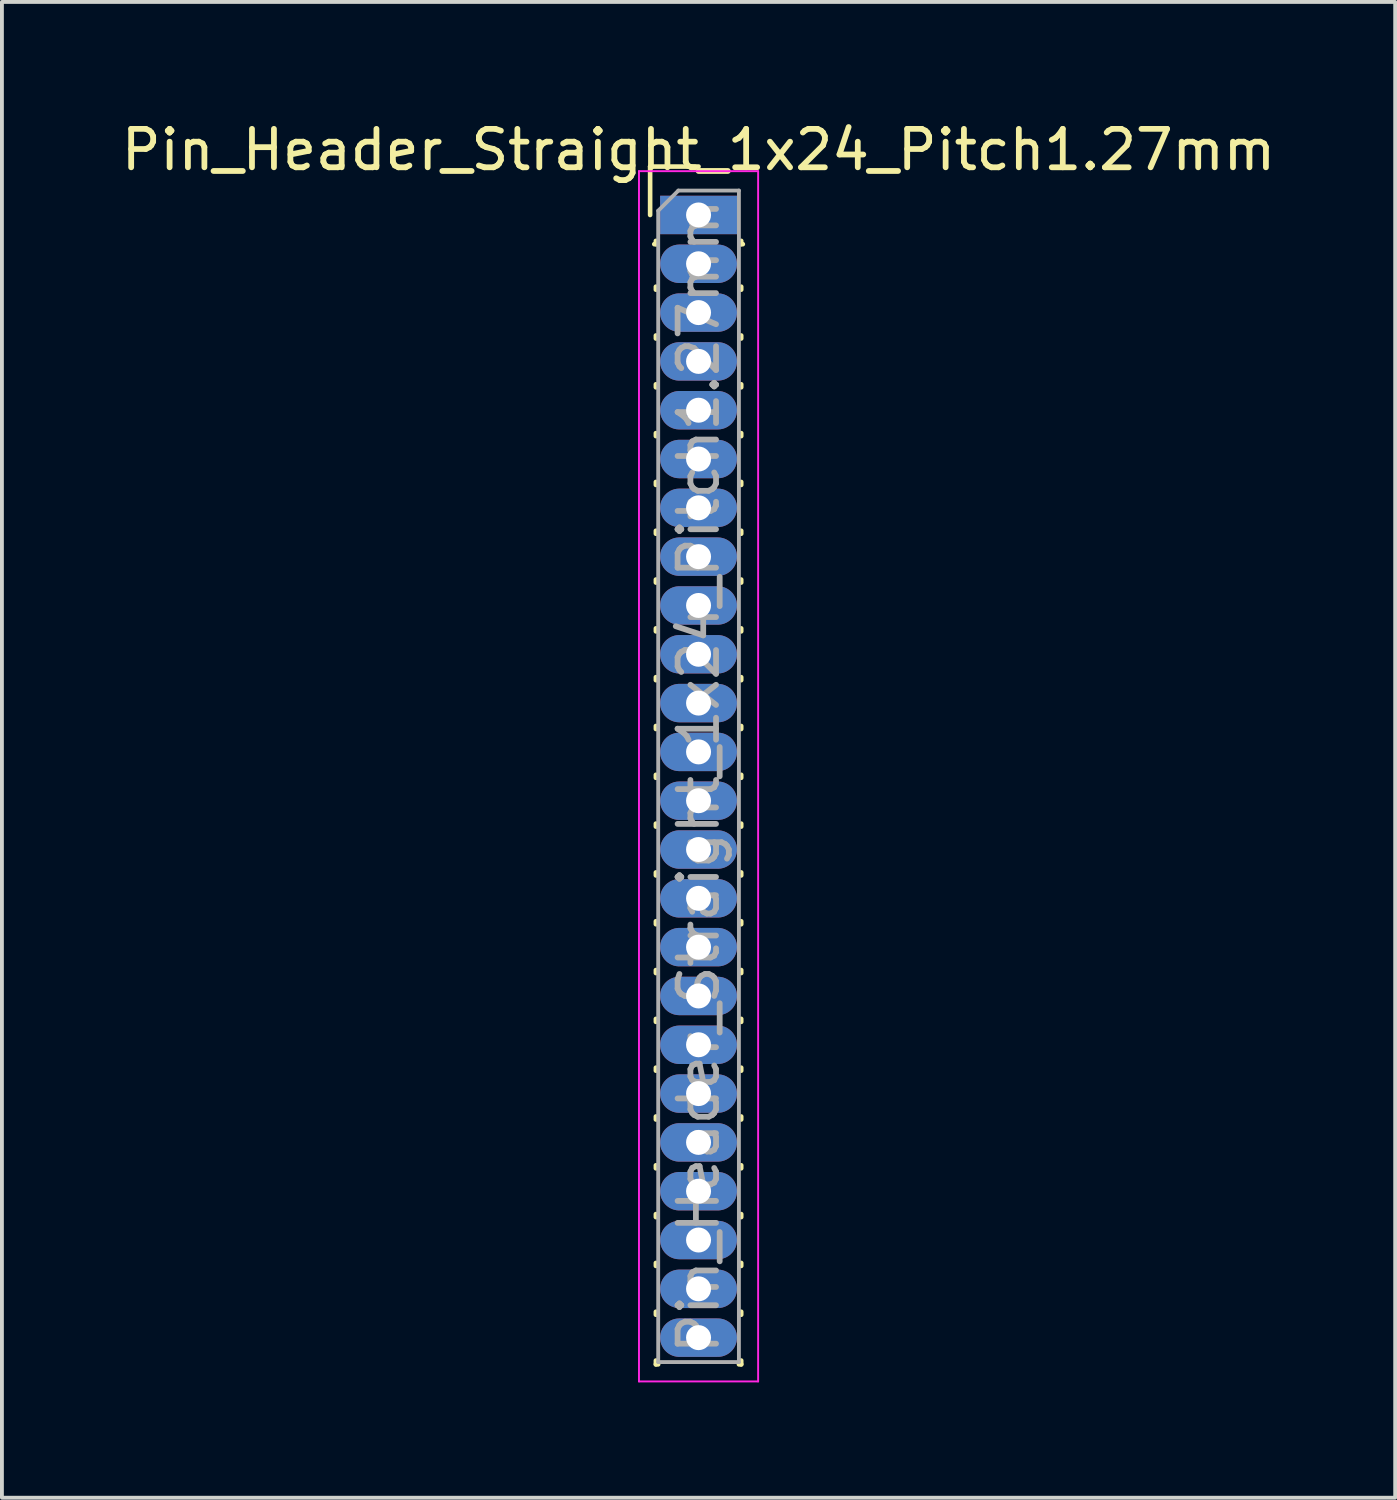
<source format=kicad_pcb>
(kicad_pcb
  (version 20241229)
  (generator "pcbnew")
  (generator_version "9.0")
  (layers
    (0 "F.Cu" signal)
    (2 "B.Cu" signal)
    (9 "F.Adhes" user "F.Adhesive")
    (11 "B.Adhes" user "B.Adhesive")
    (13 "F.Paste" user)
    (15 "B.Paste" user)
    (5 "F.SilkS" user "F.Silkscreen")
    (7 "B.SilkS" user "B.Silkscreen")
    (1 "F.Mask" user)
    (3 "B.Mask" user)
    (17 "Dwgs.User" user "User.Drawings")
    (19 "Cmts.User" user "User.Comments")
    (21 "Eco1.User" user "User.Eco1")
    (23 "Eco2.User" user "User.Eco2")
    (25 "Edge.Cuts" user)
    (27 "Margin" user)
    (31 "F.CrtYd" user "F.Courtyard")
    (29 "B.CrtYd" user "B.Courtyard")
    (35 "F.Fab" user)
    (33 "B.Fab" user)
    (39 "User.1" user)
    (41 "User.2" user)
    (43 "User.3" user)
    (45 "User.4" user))
  (footprint "Pin_Header_Straight_1x24_Pitch1.27mm"
    (layer "F.Cu")
    (at 15.125 2.543)
    (property "Reference" "Pin_Header_Straight_1x24_Pitch1.27mm" (at 0 -1.695 0) (layer "F.SilkS") (effects (font (size 1 1) (thickness 0.15))))
    (attr through_hole)
    (fp_line (start -1.26 -1.26) (end 0 -1.26) (stroke (width 0.12) (type solid)) (layer "F.SilkS"))
    (fp_line (start -1.26 0) (end -1.26 -1.26) (stroke (width 0.12) (type solid)) (layer "F.SilkS"))
    (fp_line (start -1.11 0.76) (end -1.152 0.76) (stroke (width 0.12) (type solid)) (layer "F.SilkS"))
    (fp_line (start -1.11 0.76) (end -1.11 0.674) (stroke (width 0.12) (type solid)) (layer "F.SilkS"))
    (fp_line (start -1.11 1.866) (end -1.11 1.944) (stroke (width 0.12) (type solid)) (layer "F.SilkS"))
    (fp_line (start -1.11 3.136) (end -1.11 3.214) (stroke (width 0.12) (type solid)) (layer "F.SilkS"))
    (fp_line (start -1.11 4.406) (end -1.11 4.484) (stroke (width 0.12) (type solid)) (layer "F.SilkS"))
    (fp_line (start -1.11 5.676) (end -1.11 5.754) (stroke (width 0.12) (type solid)) (layer "F.SilkS"))
    (fp_line (start -1.11 6.946) (end -1.11 7.024) (stroke (width 0.12) (type solid)) (layer "F.SilkS"))
    (fp_line (start -1.11 8.216) (end -1.11 8.294) (stroke (width 0.12) (type solid)) (layer "F.SilkS"))
    (fp_line (start -1.11 9.486) (end -1.11 9.564) (stroke (width 0.12) (type solid)) (layer "F.SilkS"))
    (fp_line (start -1.11 10.756) (end -1.11 10.834) (stroke (width 0.12) (type solid)) (layer "F.SilkS"))
    (fp_line (start -1.11 12.026) (end -1.11 12.104) (stroke (width 0.12) (type solid)) (layer "F.SilkS"))
    (fp_line (start -1.11 13.296) (end -1.11 13.374) (stroke (width 0.12) (type solid)) (layer "F.SilkS"))
    (fp_line (start -1.11 14.566) (end -1.11 14.644) (stroke (width 0.12) (type solid)) (layer "F.SilkS"))
    (fp_line (start -1.11 15.836) (end -1.11 15.914) (stroke (width 0.12) (type solid)) (layer "F.SilkS"))
    (fp_line (start -1.11 17.106) (end -1.11 17.184) (stroke (width 0.12) (type solid)) (layer "F.SilkS"))
    (fp_line (start -1.11 18.376) (end -1.11 18.454) (stroke (width 0.12) (type solid)) (layer "F.SilkS"))
    (fp_line (start -1.11 19.646) (end -1.11 19.724) (stroke (width 0.12) (type solid)) (layer "F.SilkS"))
    (fp_line (start -1.11 20.916) (end -1.11 20.994) (stroke (width 0.12) (type solid)) (layer "F.SilkS"))
    (fp_line (start -1.11 22.186) (end -1.11 22.264) (stroke (width 0.12) (type solid)) (layer "F.SilkS"))
    (fp_line (start -1.11 23.456) (end -1.11 23.534) (stroke (width 0.12) (type solid)) (layer "F.SilkS"))
    (fp_line (start -1.11 24.726) (end -1.11 24.804) (stroke (width 0.12) (type solid)) (layer "F.SilkS"))
    (fp_line (start -1.11 25.996) (end -1.11 26.074) (stroke (width 0.12) (type solid)) (layer "F.SilkS"))
    (fp_line (start -1.11 27.266) (end -1.11 27.344) (stroke (width 0.12) (type solid)) (layer "F.SilkS"))
    (fp_line (start -1.11 28.536) (end -1.11 28.614) (stroke (width 0.12) (type solid)) (layer "F.SilkS"))
    (fp_line (start -1.11 29.806) (end -1.11 29.905) (stroke (width 0.12) (type solid)) (layer "F.SilkS"))
    (fp_line (start -1.11 29.905) (end -1.051 29.905) (stroke (width 0.12) (type solid)) (layer "F.SilkS"))
    (fp_line (start 1.051 29.905) (end 1.11 29.905) (stroke (width 0.12) (type solid)) (layer "F.SilkS"))
    (fp_line (start 1.11 0.76) (end 1.11 0.674) (stroke (width 0.12) (type solid)) (layer "F.SilkS"))
    (fp_line (start 1.11 1.866) (end 1.11 1.944) (stroke (width 0.12) (type solid)) (layer "F.SilkS"))
    (fp_line (start 1.11 3.136) (end 1.11 3.214) (stroke (width 0.12) (type solid)) (layer "F.SilkS"))
    (fp_line (start 1.11 4.406) (end 1.11 4.484) (stroke (width 0.12) (type solid)) (layer "F.SilkS"))
    (fp_line (start 1.11 5.676) (end 1.11 5.754) (stroke (width 0.12) (type solid)) (layer "F.SilkS"))
    (fp_line (start 1.11 6.946) (end 1.11 7.024) (stroke (width 0.12) (type solid)) (layer "F.SilkS"))
    (fp_line (start 1.11 8.216) (end 1.11 8.294) (stroke (width 0.12) (type solid)) (layer "F.SilkS"))
    (fp_line (start 1.11 9.486) (end 1.11 9.564) (stroke (width 0.12) (type solid)) (layer "F.SilkS"))
    (fp_line (start 1.11 10.756) (end 1.11 10.834) (stroke (width 0.12) (type solid)) (layer "F.SilkS"))
    (fp_line (start 1.11 12.026) (end 1.11 12.104) (stroke (width 0.12) (type solid)) (layer "F.SilkS"))
    (fp_line (start 1.11 13.296) (end 1.11 13.374) (stroke (width 0.12) (type solid)) (layer "F.SilkS"))
    (fp_line (start 1.11 14.566) (end 1.11 14.644) (stroke (width 0.12) (type solid)) (layer "F.SilkS"))
    (fp_line (start 1.11 15.836) (end 1.11 15.914) (stroke (width 0.12) (type solid)) (layer "F.SilkS"))
    (fp_line (start 1.11 17.106) (end 1.11 17.184) (stroke (width 0.12) (type solid)) (layer "F.SilkS"))
    (fp_line (start 1.11 18.376) (end 1.11 18.454) (stroke (width 0.12) (type solid)) (layer "F.SilkS"))
    (fp_line (start 1.11 19.646) (end 1.11 19.724) (stroke (width 0.12) (type solid)) (layer "F.SilkS"))
    (fp_line (start 1.11 20.916) (end 1.11 20.994) (stroke (width 0.12) (type solid)) (layer "F.SilkS"))
    (fp_line (start 1.11 22.186) (end 1.11 22.264) (stroke (width 0.12) (type solid)) (layer "F.SilkS"))
    (fp_line (start 1.11 23.456) (end 1.11 23.534) (stroke (width 0.12) (type solid)) (layer "F.SilkS"))
    (fp_line (start 1.11 24.726) (end 1.11 24.804) (stroke (width 0.12) (type solid)) (layer "F.SilkS"))
    (fp_line (start 1.11 25.996) (end 1.11 26.074) (stroke (width 0.12) (type solid)) (layer "F.SilkS"))
    (fp_line (start 1.11 27.266) (end 1.11 27.344) (stroke (width 0.12) (type solid)) (layer "F.SilkS"))
    (fp_line (start 1.11 28.536) (end 1.11 28.614) (stroke (width 0.12) (type solid)) (layer "F.SilkS"))
    (fp_line (start 1.11 29.806) (end 1.11 29.905) (stroke (width 0.12) (type solid)) (layer "F.SilkS"))
    (fp_line (start 1.152 0.76) (end 1.11 0.76) (stroke (width 0.12) (type solid)) (layer "F.SilkS"))
    (fp_line (start -1.55 -1.14) (end -1.55 30.35) (stroke (width 0.05) (type solid)) (layer "F.CrtYd"))
    (fp_line (start -1.55 30.35) (end 1.55 30.35) (stroke (width 0.05) (type solid)) (layer "F.CrtYd"))
    (fp_line (start 1.55 -1.14) (end -1.55 -1.14) (stroke (width 0.05) (type solid)) (layer "F.CrtYd"))
    (fp_line (start 1.55 30.35) (end 1.55 -1.14) (stroke (width 0.05) (type solid)) (layer "F.CrtYd"))
    (fp_line (start -1.05 -0.11) (end -0.525 -0.635) (stroke (width 0.1) (type solid)) (layer "F.Fab"))
    (fp_line (start -1.05 29.845) (end -1.05 -0.11) (stroke (width 0.1) (type solid)) (layer "F.Fab"))
    (fp_line (start -0.525 -0.635) (end 1.05 -0.635) (stroke (width 0.1) (type solid)) (layer "F.Fab"))
    (fp_line (start 1.05 -0.635) (end 1.05 29.845) (stroke (width 0.1) (type solid)) (layer "F.Fab"))
    (fp_line (start 1.05 29.845) (end -1.05 29.845) (stroke (width 0.1) (type solid)) (layer "F.Fab"))
    (fp_text user "${REFERENCE}" (at 0 14.605 90) (layer "F.Fab") (effects (font (size 1 1) (thickness 0.15))))
    (pad "1" thru_hole rect (at 0 0) (size 2 1) (drill 0.65) (layers "*.Cu" "*.Mask"))
    (pad "2" thru_hole oval (at 0 1.27) (size 2 1) (drill 0.65) (layers "*.Cu" "*.Mask"))
    (pad "3" thru_hole oval (at 0 2.54) (size 2 1) (drill 0.65) (layers "*.Cu" "*.Mask"))
    (pad "4" thru_hole oval (at 0 3.81) (size 2 1) (drill 0.65) (layers "*.Cu" "*.Mask"))
    (pad "5" thru_hole oval (at 0 5.08) (size 2 1) (drill 0.65) (layers "*.Cu" "*.Mask"))
    (pad "6" thru_hole oval (at 0 6.35) (size 2 1) (drill 0.65) (layers "*.Cu" "*.Mask"))
    (pad "7" thru_hole oval (at 0 7.62) (size 2 1) (drill 0.65) (layers "*.Cu" "*.Mask"))
    (pad "8" thru_hole oval (at 0 8.89) (size 2 1) (drill 0.65) (layers "*.Cu" "*.Mask"))
    (pad "9" thru_hole oval (at 0 10.16) (size 2 1) (drill 0.65) (layers "*.Cu" "*.Mask"))
    (pad "10" thru_hole oval (at 0 11.43) (size 2 1) (drill 0.65) (layers "*.Cu" "*.Mask"))
    (pad "11" thru_hole oval (at 0 12.7) (size 2 1) (drill 0.65) (layers "*.Cu" "*.Mask"))
    (pad "12" thru_hole oval (at 0 13.97) (size 2 1) (drill 0.65) (layers "*.Cu" "*.Mask"))
    (pad "13" thru_hole oval (at 0 15.24) (size 2 1) (drill 0.65) (layers "*.Cu" "*.Mask"))
    (pad "14" thru_hole oval (at 0 16.51) (size 2 1) (drill 0.65) (layers "*.Cu" "*.Mask"))
    (pad "15" thru_hole oval (at 0 17.78) (size 2 1) (drill 0.65) (layers "*.Cu" "*.Mask"))
    (pad "16" thru_hole oval (at 0 19.05) (size 2 1) (drill 0.65) (layers "*.Cu" "*.Mask"))
    (pad "17" thru_hole oval (at 0 20.32) (size 2 1) (drill 0.65) (layers "*.Cu" "*.Mask"))
    (pad "18" thru_hole oval (at 0 21.59) (size 2 1) (drill 0.65) (layers "*.Cu" "*.Mask"))
    (pad "19" thru_hole oval (at 0 22.86) (size 2 1) (drill 0.65) (layers "*.Cu" "*.Mask"))
    (pad "20" thru_hole oval (at 0 24.13) (size 2 1) (drill 0.65) (layers "*.Cu" "*.Mask"))
    (pad "21" thru_hole oval (at 0 25.4) (size 2 1) (drill 0.65) (layers "*.Cu" "*.Mask"))
    (pad "22" thru_hole oval (at 0 26.67) (size 2 1) (drill 0.65) (layers "*.Cu" "*.Mask"))
    (pad "23" thru_hole oval (at 0 27.94) (size 2 1) (drill 0.65) (layers "*.Cu" "*.Mask"))
    (pad "24" thru_hole oval (at 0 29.21) (size 2 1) (drill 0.65) (layers "*.Cu" "*.Mask")))
  (gr_rect
    (start -3 -3)
    (end 33.25 35.918)
    (stroke (width 0.1) (type default))
    (fill no)
    (layer "Edge.Cuts")))
</source>
